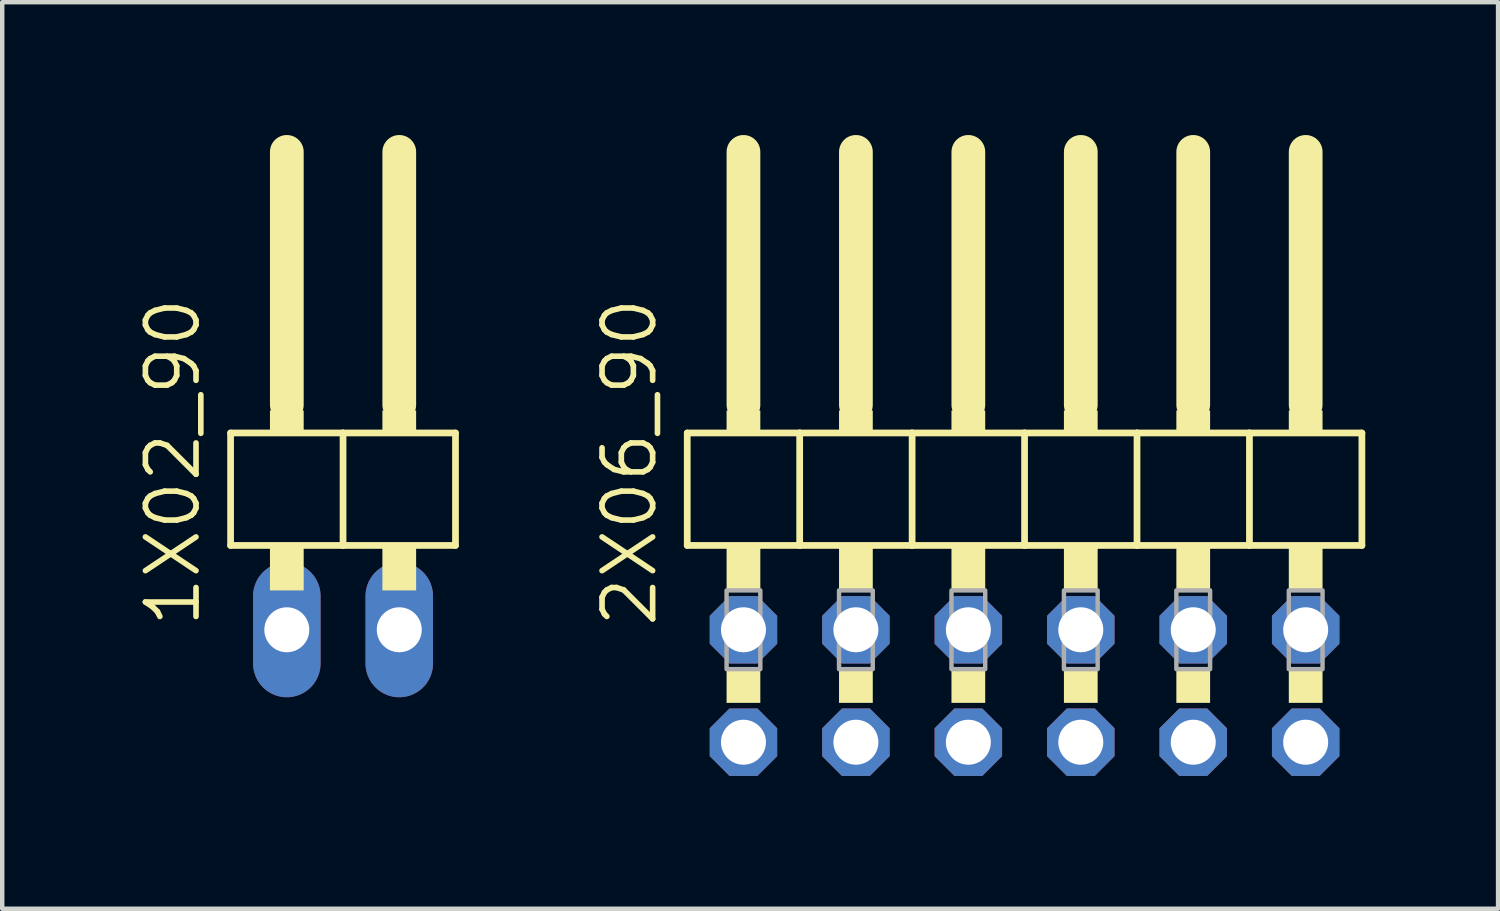
<source format=kicad_pcb>
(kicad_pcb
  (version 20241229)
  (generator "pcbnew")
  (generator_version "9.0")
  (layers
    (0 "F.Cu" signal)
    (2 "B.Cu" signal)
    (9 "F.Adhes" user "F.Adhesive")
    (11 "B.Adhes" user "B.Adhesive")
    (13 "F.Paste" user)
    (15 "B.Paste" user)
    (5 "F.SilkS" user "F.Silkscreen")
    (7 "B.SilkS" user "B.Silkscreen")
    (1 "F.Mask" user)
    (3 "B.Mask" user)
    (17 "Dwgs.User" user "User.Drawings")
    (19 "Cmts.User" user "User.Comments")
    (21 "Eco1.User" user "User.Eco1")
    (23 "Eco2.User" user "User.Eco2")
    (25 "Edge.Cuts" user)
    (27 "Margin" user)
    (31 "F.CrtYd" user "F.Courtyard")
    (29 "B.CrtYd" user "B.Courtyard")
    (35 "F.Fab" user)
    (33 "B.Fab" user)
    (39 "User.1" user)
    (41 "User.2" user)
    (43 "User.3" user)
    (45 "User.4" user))
  (footprint "1X02_90"
    (layer "F.Cu")
    (at 4.699 7.366)
    (property "Reference" "1X02_90" (at -3.175 3.81 90) (layer "F.SilkS") (effects (font (size 1.143 1.143) (thickness 0.127)) (justify left bottom)))
    (fp_line (start -2.54 -0.635) (end -2.54 1.905) (stroke (width 0.152) (type solid)) (layer "F.SilkS"))
    (fp_line (start -2.54 1.905) (end 0 1.905) (stroke (width 0.152) (type solid)) (layer "F.SilkS"))
    (fp_line (start -1.27 -6.985) (end -1.27 -1.27) (stroke (width 0.762) (type solid)) (layer "F.SilkS"))
    (fp_line (start 0 -0.635) (end -2.54 -0.635) (stroke (width 0.152) (type solid)) (layer "F.SilkS"))
    (fp_line (start 0 1.905) (end 0 -0.635) (stroke (width 0.152) (type solid)) (layer "F.SilkS"))
    (fp_line (start 0 1.905) (end 2.54 1.905) (stroke (width 0.152) (type solid)) (layer "F.SilkS"))
    (fp_line (start 1.27 -6.985) (end 1.27 -1.27) (stroke (width 0.762) (type solid)) (layer "F.SilkS"))
    (fp_line (start 2.54 -0.635) (end 0 -0.635) (stroke (width 0.152) (type solid)) (layer "F.SilkS"))
    (fp_line (start 2.54 1.905) (end 2.54 -0.635) (stroke (width 0.152) (type solid)) (layer "F.SilkS"))
    (fp_poly (pts (xy -1.651 -0.635) (xy -0.889 -0.635) (xy -0.889 -1.143) (xy -1.651 -1.143)) (stroke (width 0) (type default)) (fill yes) (layer "F.SilkS"))
    (fp_poly (pts (xy -1.651 2.921) (xy -0.889 2.921) (xy -0.889 1.905) (xy -1.651 1.905)) (stroke (width 0) (type default)) (fill yes) (layer "F.SilkS"))
    (fp_poly (pts (xy 0.889 -0.635) (xy 1.651 -0.635) (xy 1.651 -1.143) (xy 0.889 -1.143)) (stroke (width 0) (type default)) (fill yes) (layer "F.SilkS"))
    (fp_poly (pts (xy 0.889 2.921) (xy 1.651 2.921) (xy 1.651 1.905) (xy 0.889 1.905)) (stroke (width 0) (type default)) (fill yes) (layer "F.SilkS"))
    (pad "1" thru_hole oval (at -1.27 3.81 90) (size 3.048 1.524) (drill 1.016) (layers "*.Cu" "*.Mask"))
    (pad "2" thru_hole oval (at 1.27 3.81 90) (size 3.048 1.524) (drill 1.016) (layers "*.Cu" "*.Mask")))
  (footprint "2X06_90"
    (layer "F.Cu")
    (at 20.094 7.366)
    (property "Reference" "2X06_90" (at -8.255 3.81 90) (layer "F.SilkS") (effects (font (size 1.143 1.143) (thickness 0.127)) (justify left bottom)))
    (fp_line (start -7.62 -0.635) (end -7.62 1.905) (stroke (width 0.152) (type solid)) (layer "F.SilkS"))
    (fp_line (start -7.62 1.905) (end -5.08 1.905) (stroke (width 0.152) (type solid)) (layer "F.SilkS"))
    (fp_line (start -6.35 -6.985) (end -6.35 -1.27) (stroke (width 0.762) (type solid)) (layer "F.SilkS"))
    (fp_line (start -5.08 -0.635) (end -7.62 -0.635) (stroke (width 0.152) (type solid)) (layer "F.SilkS"))
    (fp_line (start -5.08 1.905) (end -5.08 -0.635) (stroke (width 0.152) (type solid)) (layer "F.SilkS"))
    (fp_line (start -5.08 1.905) (end -2.54 1.905) (stroke (width 0.152) (type solid)) (layer "F.SilkS"))
    (fp_line (start -3.81 -6.985) (end -3.81 -1.27) (stroke (width 0.762) (type solid)) (layer "F.SilkS"))
    (fp_line (start -2.54 -0.635) (end -5.08 -0.635) (stroke (width 0.152) (type solid)) (layer "F.SilkS"))
    (fp_line (start -2.54 1.905) (end -2.54 -0.635) (stroke (width 0.152) (type solid)) (layer "F.SilkS"))
    (fp_line (start -2.54 1.905) (end 0 1.905) (stroke (width 0.152) (type solid)) (layer "F.SilkS"))
    (fp_line (start -1.27 -6.985) (end -1.27 -1.27) (stroke (width 0.762) (type solid)) (layer "F.SilkS"))
    (fp_line (start 0 -0.635) (end -2.54 -0.635) (stroke (width 0.152) (type solid)) (layer "F.SilkS"))
    (fp_line (start 0 1.905) (end 0 -0.635) (stroke (width 0.152) (type solid)) (layer "F.SilkS"))
    (fp_line (start 0 1.905) (end 2.54 1.905) (stroke (width 0.152) (type solid)) (layer "F.SilkS"))
    (fp_line (start 1.27 -6.985) (end 1.27 -1.27) (stroke (width 0.762) (type solid)) (layer "F.SilkS"))
    (fp_line (start 2.54 -0.635) (end 0 -0.635) (stroke (width 0.152) (type solid)) (layer "F.SilkS"))
    (fp_line (start 2.54 1.905) (end 2.54 -0.635) (stroke (width 0.152) (type solid)) (layer "F.SilkS"))
    (fp_line (start 2.54 1.905) (end 5.08 1.905) (stroke (width 0.152) (type solid)) (layer "F.SilkS"))
    (fp_line (start 3.81 -6.985) (end 3.81 -1.27) (stroke (width 0.762) (type solid)) (layer "F.SilkS"))
    (fp_line (start 5.08 -0.635) (end 2.54 -0.635) (stroke (width 0.152) (type solid)) (layer "F.SilkS"))
    (fp_line (start 5.08 1.905) (end 5.08 -0.635) (stroke (width 0.152) (type solid)) (layer "F.SilkS"))
    (fp_line (start 5.08 1.905) (end 7.62 1.905) (stroke (width 0.152) (type solid)) (layer "F.SilkS"))
    (fp_line (start 6.35 -6.985) (end 6.35 -1.27) (stroke (width 0.762) (type solid)) (layer "F.SilkS"))
    (fp_line (start 7.62 -0.635) (end 5.08 -0.635) (stroke (width 0.152) (type solid)) (layer "F.SilkS"))
    (fp_line (start 7.62 1.905) (end 7.62 -0.635) (stroke (width 0.152) (type solid)) (layer "F.SilkS"))
    (fp_poly (pts (xy -6.731 -0.635) (xy -5.969 -0.635) (xy -5.969 -1.143) (xy -6.731 -1.143)) (stroke (width 0) (type default)) (fill yes) (layer "F.SilkS"))
    (fp_poly (pts (xy -6.731 2.921) (xy -5.969 2.921) (xy -5.969 1.905) (xy -6.731 1.905)) (stroke (width 0) (type default)) (fill yes) (layer "F.SilkS"))
    (fp_poly (pts (xy -6.731 5.461) (xy -5.969 5.461) (xy -5.969 4.699) (xy -6.731 4.699)) (stroke (width 0) (type default)) (fill yes) (layer "F.SilkS"))
    (fp_poly (pts (xy -4.191 -0.635) (xy -3.429 -0.635) (xy -3.429 -1.143) (xy -4.191 -1.143)) (stroke (width 0) (type default)) (fill yes) (layer "F.SilkS"))
    (fp_poly (pts (xy -4.191 2.921) (xy -3.429 2.921) (xy -3.429 1.905) (xy -4.191 1.905)) (stroke (width 0) (type default)) (fill yes) (layer "F.SilkS"))
    (fp_poly (pts (xy -4.191 5.461) (xy -3.429 5.461) (xy -3.429 4.699) (xy -4.191 4.699)) (stroke (width 0) (type default)) (fill yes) (layer "F.SilkS"))
    (fp_poly (pts (xy -1.651 -0.635) (xy -0.889 -0.635) (xy -0.889 -1.143) (xy -1.651 -1.143)) (stroke (width 0) (type default)) (fill yes) (layer "F.SilkS"))
    (fp_poly (pts (xy -1.651 2.921) (xy -0.889 2.921) (xy -0.889 1.905) (xy -1.651 1.905)) (stroke (width 0) (type default)) (fill yes) (layer "F.SilkS"))
    (fp_poly (pts (xy -1.651 5.461) (xy -0.889 5.461) (xy -0.889 4.699) (xy -1.651 4.699)) (stroke (width 0) (type default)) (fill yes) (layer "F.SilkS"))
    (fp_poly (pts (xy 0.889 -0.635) (xy 1.651 -0.635) (xy 1.651 -1.143) (xy 0.889 -1.143)) (stroke (width 0) (type default)) (fill yes) (layer "F.SilkS"))
    (fp_poly (pts (xy 0.889 2.921) (xy 1.651 2.921) (xy 1.651 1.905) (xy 0.889 1.905)) (stroke (width 0) (type default)) (fill yes) (layer "F.SilkS"))
    (fp_poly (pts (xy 0.889 5.461) (xy 1.651 5.461) (xy 1.651 4.699) (xy 0.889 4.699)) (stroke (width 0) (type default)) (fill yes) (layer "F.SilkS"))
    (fp_poly (pts (xy 3.429 -0.635) (xy 4.191 -0.635) (xy 4.191 -1.143) (xy 3.429 -1.143)) (stroke (width 0) (type default)) (fill yes) (layer "F.SilkS"))
    (fp_poly (pts (xy 3.429 2.921) (xy 4.191 2.921) (xy 4.191 1.905) (xy 3.429 1.905)) (stroke (width 0) (type default)) (fill yes) (layer "F.SilkS"))
    (fp_poly (pts (xy 3.429 5.461) (xy 4.191 5.461) (xy 4.191 4.699) (xy 3.429 4.699)) (stroke (width 0) (type default)) (fill yes) (layer "F.SilkS"))
    (fp_poly (pts (xy 5.969 -0.635) (xy 6.731 -0.635) (xy 6.731 -1.143) (xy 5.969 -1.143)) (stroke (width 0) (type default)) (fill yes) (layer "F.SilkS"))
    (fp_poly (pts (xy 5.969 2.921) (xy 6.731 2.921) (xy 6.731 1.905) (xy 5.969 1.905)) (stroke (width 0) (type default)) (fill yes) (layer "F.SilkS"))
    (fp_poly (pts (xy 5.969 5.461) (xy 6.731 5.461) (xy 6.731 4.699) (xy 5.969 4.699)) (stroke (width 0) (type default)) (fill yes) (layer "F.SilkS"))
    (fp_poly (pts (xy -6.731 4.699) (xy -5.969 4.699) (xy -5.969 2.921) (xy -6.731 2.921)) (stroke (width 0.1) (type default)) (fill no) (layer "F.Fab"))
    (fp_poly (pts (xy -4.191 4.699) (xy -3.429 4.699) (xy -3.429 2.921) (xy -4.191 2.921)) (stroke (width 0.1) (type default)) (fill no) (layer "F.Fab"))
    (fp_poly (pts (xy -1.651 4.699) (xy -0.889 4.699) (xy -0.889 2.921) (xy -1.651 2.921)) (stroke (width 0.1) (type default)) (fill no) (layer "F.Fab"))
    (fp_poly (pts (xy 0.889 4.699) (xy 1.651 4.699) (xy 1.651 2.921) (xy 0.889 2.921)) (stroke (width 0.1) (type default)) (fill no) (layer "F.Fab"))
    (fp_poly (pts (xy 3.429 4.699) (xy 4.191 4.699) (xy 4.191 2.921) (xy 3.429 2.921)) (stroke (width 0.1) (type default)) (fill no) (layer "F.Fab"))
    (fp_poly (pts (xy 5.969 4.699) (xy 6.731 4.699) (xy 6.731 2.921) (xy 5.969 2.921)) (stroke (width 0.1) (type default)) (fill no) (layer "F.Fab"))
    (pad "1" thru_hole roundrect (at -6.35 6.35) (size 1.524 1.524) (drill 1.016) (layers "*.Cu" "*.Mask") (roundrect_rratio 0.25) (chamfer_ratio 0.293) (chamfer top_left top_right bottom_left bottom_right))
    (pad "2" thru_hole roundrect (at -6.35 3.81) (size 1.524 1.524) (drill 1.016) (layers "*.Cu" "*.Mask") (roundrect_rratio 0.25) (chamfer_ratio 0.293) (chamfer top_left top_right bottom_left bottom_right))
    (pad "3" thru_hole roundrect (at -3.81 6.35) (size 1.524 1.524) (drill 1.016) (layers "*.Cu" "*.Mask") (roundrect_rratio 0.25) (chamfer_ratio 0.293) (chamfer top_left top_right bottom_left bottom_right))
    (pad "4" thru_hole roundrect (at -3.81 3.81) (size 1.524 1.524) (drill 1.016) (layers "*.Cu" "*.Mask") (roundrect_rratio 0.25) (chamfer_ratio 0.293) (chamfer top_left top_right bottom_left bottom_right))
    (pad "5" thru_hole roundrect (at -1.27 6.35) (size 1.524 1.524) (drill 1.016) (layers "*.Cu" "*.Mask") (roundrect_rratio 0.25) (chamfer_ratio 0.293) (chamfer top_left top_right bottom_left bottom_right))
    (pad "6" thru_hole roundrect (at -1.27 3.81) (size 1.524 1.524) (drill 1.016) (layers "*.Cu" "*.Mask") (roundrect_rratio 0.25) (chamfer_ratio 0.293) (chamfer top_left top_right bottom_left bottom_right))
    (pad "7" thru_hole roundrect (at 1.27 6.35) (size 1.524 1.524) (drill 1.016) (layers "*.Cu" "*.Mask") (roundrect_rratio 0.25) (chamfer_ratio 0.293) (chamfer top_left top_right bottom_left bottom_right))
    (pad "8" thru_hole roundrect (at 1.27 3.81) (size 1.524 1.524) (drill 1.016) (layers "*.Cu" "*.Mask") (roundrect_rratio 0.25) (chamfer_ratio 0.293) (chamfer top_left top_right bottom_left bottom_right))
    (pad "9" thru_hole roundrect (at 3.81 6.35) (size 1.524 1.524) (drill 1.016) (layers "*.Cu" "*.Mask") (roundrect_rratio 0.25) (chamfer_ratio 0.293) (chamfer top_left top_right bottom_left bottom_right))
    (pad "10" thru_hole roundrect (at 3.81 3.81) (size 1.524 1.524) (drill 1.016) (layers "*.Cu" "*.Mask") (roundrect_rratio 0.25) (chamfer_ratio 0.293) (chamfer top_left top_right bottom_left bottom_right))
    (pad "11" thru_hole roundrect (at 6.35 6.35) (size 1.524 1.524) (drill 1.016) (layers "*.Cu" "*.Mask") (roundrect_rratio 0.25) (chamfer_ratio 0.293) (chamfer top_left top_right bottom_left bottom_right))
    (pad "12" thru_hole roundrect (at 6.35 3.81) (size 1.524 1.524) (drill 1.016) (layers "*.Cu" "*.Mask") (roundrect_rratio 0.25) (chamfer_ratio 0.293) (chamfer top_left top_right bottom_left bottom_right)))
  (gr_rect
    (start -3 -3)
    (end 30.79 17.478)
    (stroke (width 0.1) (type default))
    (fill no)
    (layer "Edge.Cuts")))
</source>
